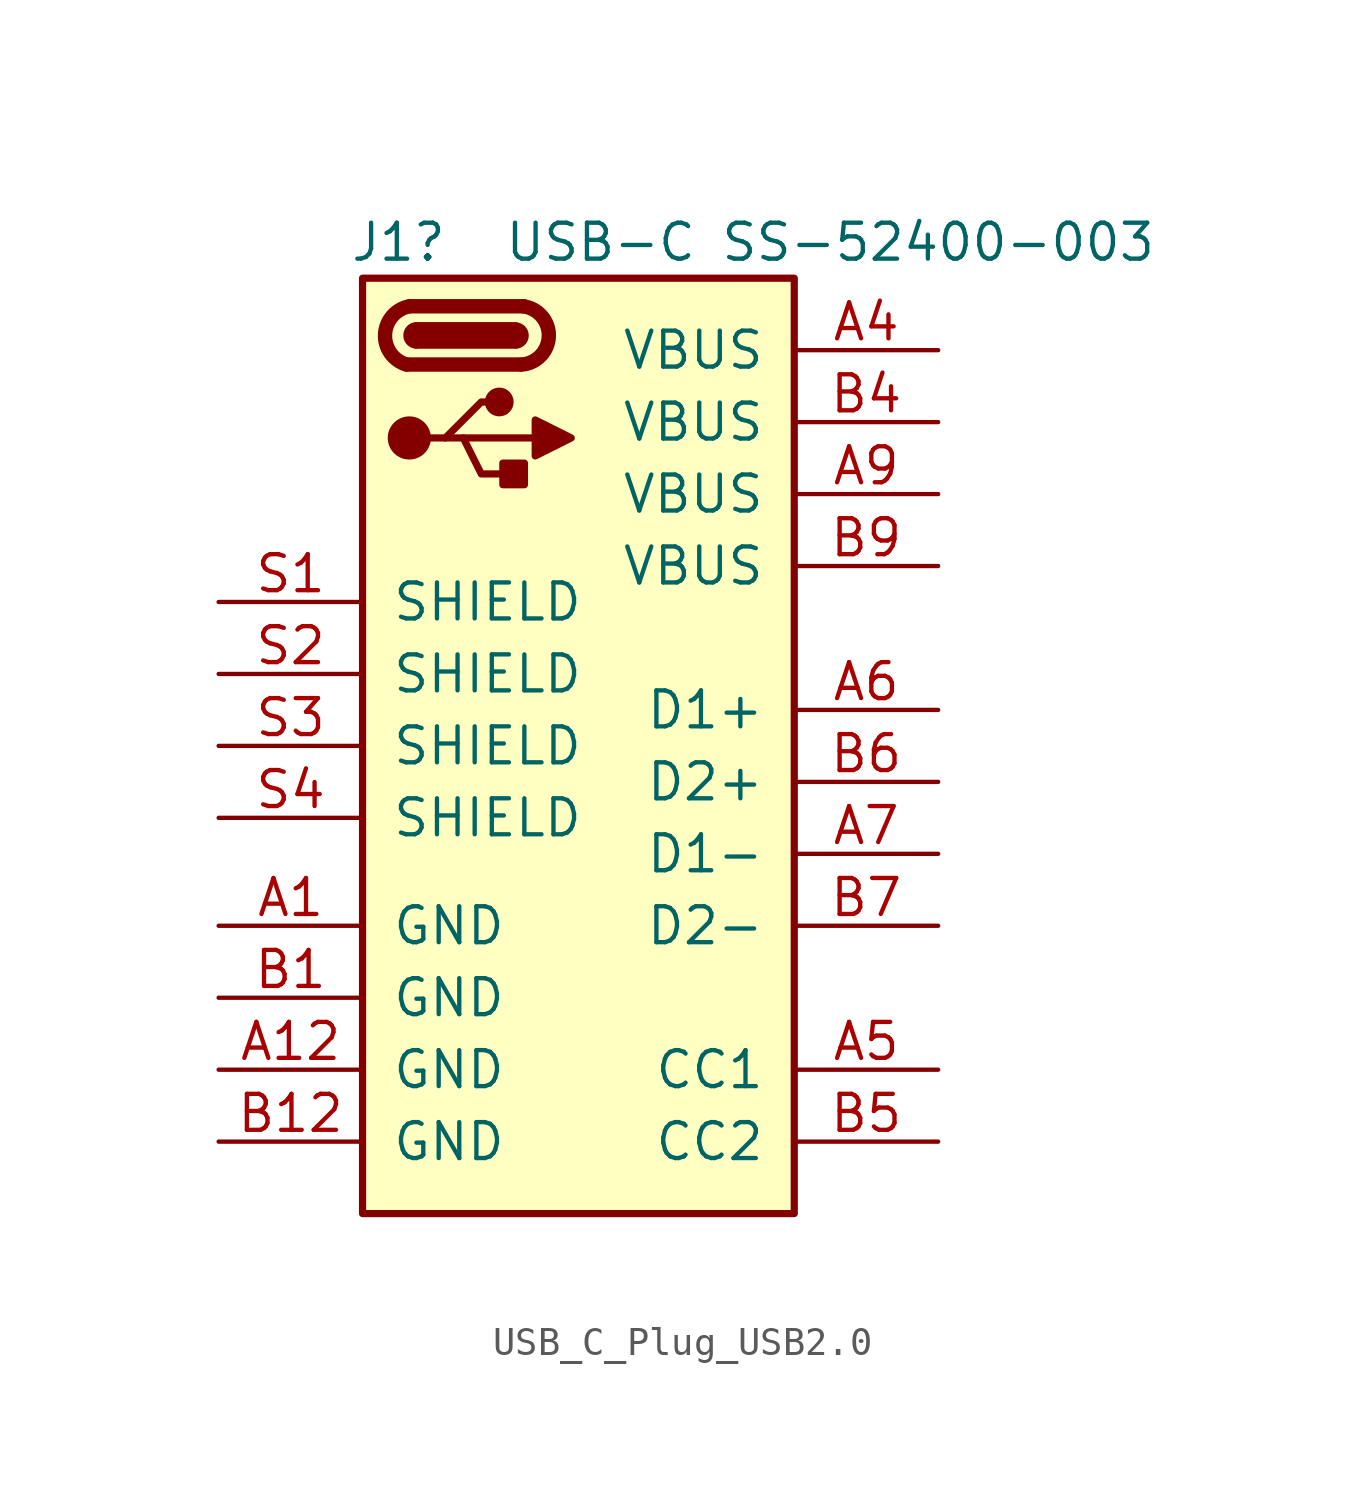
<source format=kicad_sym>
(kicad_symbol_lib
  (version 20220914)
  (generator kicad_symbol_editor)
  (symbol "USB_C_Plug_USB2.0"
    (pin_names
      (offset 1.016))
    (property "Reference" "J1"
      (at -7.62 22.86 0)
      (effects (font (size 1.27 1.27))))
    (property "Value" "USB-C SS-52400-003"
      (at 7.62 22.86 0)
      (effects (font (size 1.27 1.27))))
    (symbol "USB_C_Plug_USB2.0_0_1"
      (rectangle (start -8.89 21.59) (end 6.35 -11.43) (stroke (width 0.254) (type default)) (fill (type background)))
      (circle (center -7.239 15.951) (radius 0.635) (stroke (width 0.254) (type default)) (fill (type outline)))
      (arc (start -7.2374 20.5992) (mid -8.095 19.6103) (end -7.339 18.5418) (stroke (width 0.508) (type default)) (fill (type none)))
      (arc (start -7.0104 19.9136) (mid -7.3247 19.5707) (end -7.0104 19.2278) (stroke (width 0.254) (type default)) (fill (type outline)))
      (rectangle (start -6.985 19.914) (end -3.48 19.228) (stroke (width 0.254) (type default)) (fill (type outline)))
      (circle (center -4.064 17.221) (radius 0.381) (stroke (width 0.254) (type default)) (fill (type outline)))
      (arc (start -3.4544 19.2278) (mid -3.1491 19.5477) (end -3.4175 19.8991) (stroke (width 0.254) (type default)) (fill (type outline)))
      (arc (start -3.2766 18.542) (mid -2.3142 19.5476) (end -3.2258 20.5994) (stroke (width 0.508) (type default)) (fill (type none)))
      (rectangle (start -3.175 15.062) (end -3.937 14.3) (stroke (width 0.254) (type default)) (fill (type outline)))
      (polyline (pts (xy -5.334 15.951) (xy -2.794 15.951)) (stroke (width 0.254) (type default)) (fill (type none)))
      (polyline (pts (xy -3.327 18.542) (xy -7.315 18.542)) (stroke (width 0.508) (type default)) (fill (type none)))
      (polyline (pts (xy -3.2 20.599) (xy -7.214 20.599)) (stroke (width 0.508) (type default)) (fill (type none)))
      (polyline (pts (xy -6.604 15.951) (xy -5.969 15.951) (xy -4.699 17.221) (xy -4.064 17.221)) (stroke (width 0.254) (type default)) (fill (type none)))
      (polyline (pts (xy -5.969 15.951) (xy -5.334 15.951) (xy -4.699 14.681) (xy -3.429 14.681)) (stroke (width 0.254) (type default)) (fill (type none)))
      (polyline (pts (xy -2.794 16.586) (xy -2.794 15.316) (xy -1.524 15.951) (xy -2.794 16.586)) (stroke (width 0.254) (type default)) (fill (type outline))))
    (symbol "USB_C_Plug_USB2.0_1_1"
      (pin passive line (at -13.97 -1.27 0) (length 5.08) (name "GND" (effects (font (size 1.27 1.27)))) (number "A1" (effects (font (size 1.27 1.27)))))
      (pin passive line (at -13.97 -6.35 0) (length 5.08) (name "GND" (effects (font (size 1.27 1.27)))) (number "A12" (effects (font (size 1.27 1.27)))))
      (pin passive line (at 11.43 19.05 180) (length 5.08) (name "VBUS" (effects (font (size 1.27 1.27)))) (number "A4" (effects (font (size 1.27 1.27)))))
      (pin passive line (at 11.43 -6.35 180) (length 5.08) (name "CC1" (effects (font (size 1.27 1.27)))) (number "A5" (effects (font (size 1.27 1.27)))))
      (pin bidirectional line (at 11.43 6.35 180) (length 5.08) (name "D1+" (effects (font (size 1.27 1.27)))) (number "A6" (effects (font (size 1.27 1.27)))))
      (pin bidirectional line (at 11.43 1.27 180) (length 5.08) (name "D1-" (effects (font (size 1.27 1.27)))) (number "A7" (effects (font (size 1.27 1.27)))))
      (pin passive line (at 11.43 13.97 180) (length 5.08) (name "VBUS" (effects (font (size 1.27 1.27)))) (number "A9" (effects (font (size 1.27 1.27)))))
      (pin passive line (at -13.97 -3.81 0) (length 5.08) (name "GND" (effects (font (size 1.27 1.27)))) (number "B1" (effects (font (size 1.27 1.27)))))
      (pin passive line (at -13.97 -8.89 0) (length 5.08) (name "GND" (effects (font (size 1.27 1.27)))) (number "B12" (effects (font (size 1.27 1.27)))))
      (pin passive line (at 11.43 16.51 180) (length 5.08) (name "VBUS" (effects (font (size 1.27 1.27)))) (number "B4" (effects (font (size 1.27 1.27)))))
      (pin passive line (at 11.43 -8.89 180) (length 5.08) (name "CC2" (effects (font (size 1.27 1.27)))) (number "B5" (effects (font (size 1.27 1.27)))))
      (pin bidirectional line (at 11.43 3.81 180) (length 5.08) (name "D2+" (effects (font (size 1.27 1.27)))) (number "B6" (effects (font (size 1.27 1.27)))))
      (pin bidirectional line (at 11.43 -1.27 180) (length 5.08) (name "D2-" (effects (font (size 1.27 1.27)))) (number "B7" (effects (font (size 1.27 1.27)))))
      (pin passive line (at 11.43 11.43 180) (length 5.08) (name "VBUS" (effects (font (size 1.27 1.27)))) (number "B9" (effects (font (size 1.27 1.27)))))
      (pin passive line (at -13.97 10.16 0) (length 5.08) (name "SHIELD" (effects (font (size 1.27 1.27)))) (number "S1" (effects (font (size 1.27 1.27)))))
      (pin passive line (at -13.97 7.62 0) (length 5.08) (name "SHIELD" (effects (font (size 1.27 1.27)))) (number "S2" (effects (font (size 1.27 1.27)))))
      (pin passive line (at -13.97 5.08 0) (length 5.08) (name "SHIELD" (effects (font (size 1.27 1.27)))) (number "S3" (effects (font (size 1.27 1.27)))))
      (pin passive line (at -13.97 2.54 0) (length 5.08) (name "SHIELD" (effects (font (size 1.27 1.27)))) (number "S4" (effects (font (size 1.27 1.27))))))))
</source>
